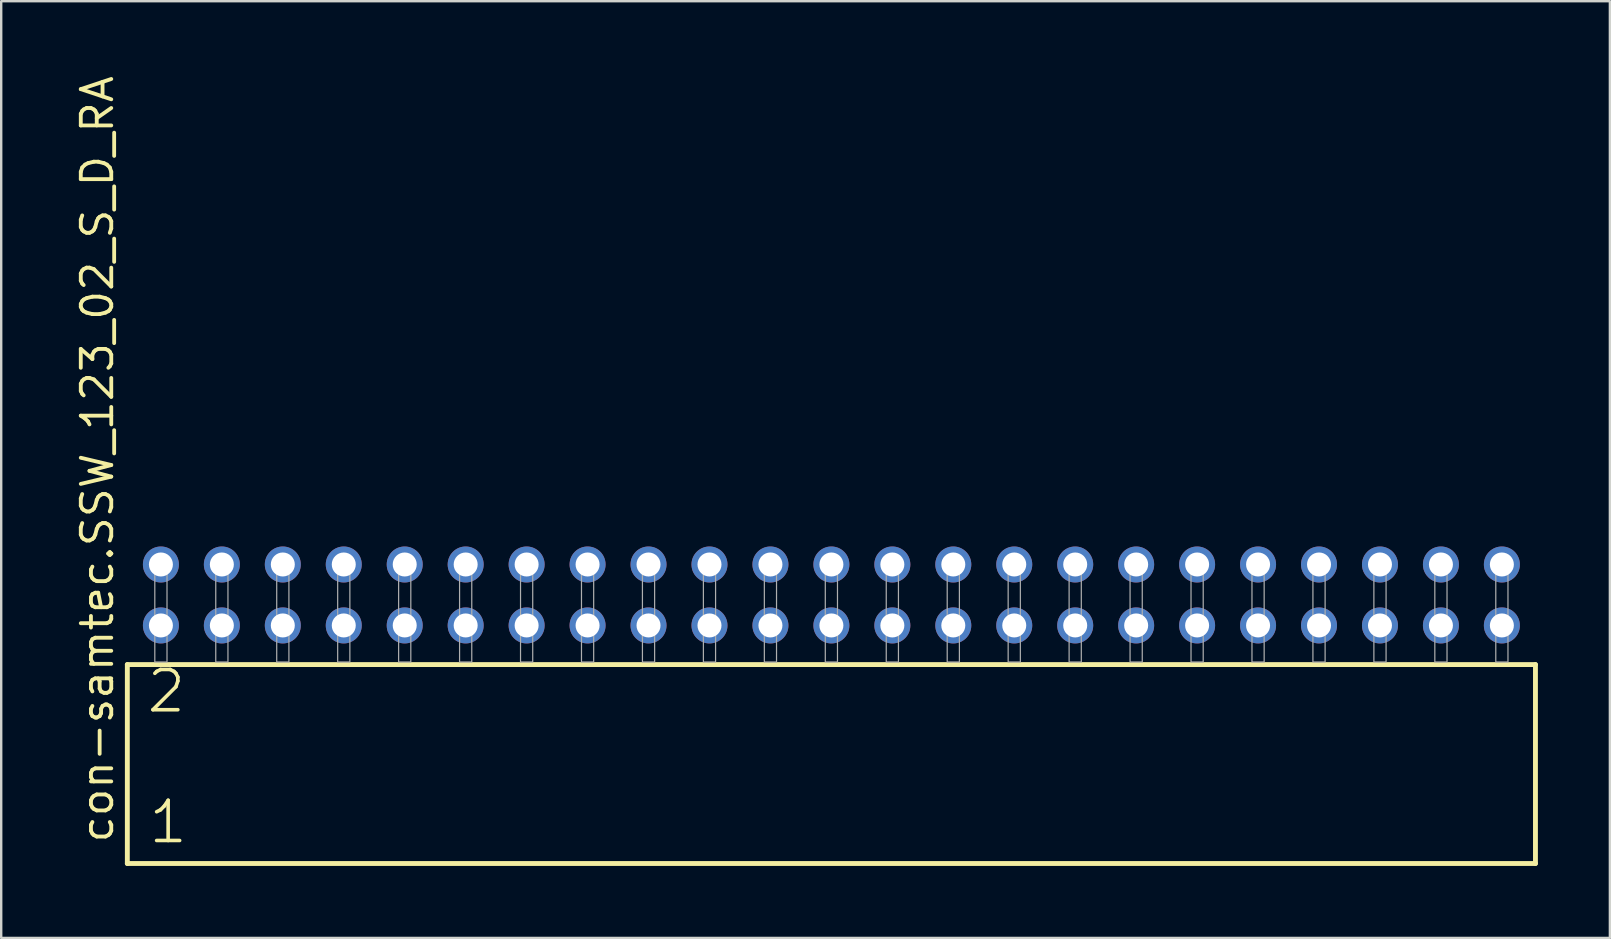
<source format=kicad_pcb>
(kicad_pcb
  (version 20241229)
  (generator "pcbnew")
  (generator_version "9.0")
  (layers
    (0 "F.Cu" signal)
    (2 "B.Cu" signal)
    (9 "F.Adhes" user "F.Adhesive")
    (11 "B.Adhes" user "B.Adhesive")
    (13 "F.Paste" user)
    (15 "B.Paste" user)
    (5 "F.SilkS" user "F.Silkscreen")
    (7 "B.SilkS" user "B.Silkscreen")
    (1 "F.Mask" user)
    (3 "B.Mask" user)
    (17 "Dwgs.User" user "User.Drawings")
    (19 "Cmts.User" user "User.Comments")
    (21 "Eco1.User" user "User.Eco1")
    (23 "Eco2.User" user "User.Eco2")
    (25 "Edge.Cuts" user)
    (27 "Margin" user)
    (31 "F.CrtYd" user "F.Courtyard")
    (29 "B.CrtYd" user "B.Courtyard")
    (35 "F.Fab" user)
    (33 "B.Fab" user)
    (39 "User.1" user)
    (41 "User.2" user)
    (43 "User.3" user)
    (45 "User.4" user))
  (footprint "con-samtec.SSW_123_02_S_D_RA"
    (layer "F.Cu")
    (at 31.595 24.537)
    (property "Reference" "con-samtec.SSW_123_02_S_D_RA" (at -29.845 7.62 90) (layer "F.SilkS") (effects (font (size 1.27 1.27) (thickness 0.16)) (justify left bottom)))
    (attr through_hole)
    (fp_line (start -29.339 0.106) (end -29.339 8.396) (stroke (width 0.203) (type default)) (layer "F.SilkS"))
    (fp_line (start -29.339 8.396) (end 29.339 8.396) (stroke (width 0.203) (type default)) (layer "F.SilkS"))
    (fp_line (start 29.339 0.106) (end -29.339 0.106) (stroke (width 0.203) (type default)) (layer "F.SilkS"))
    (fp_line (start 29.339 8.396) (end 29.339 0.106) (stroke (width 0.203) (type default)) (layer "F.SilkS"))
    (fp_rect (start -28.194 0) (end -27.686 -4.318) (stroke (width 0.05) (type default)) (fill no) (layer "F.Fab"))
    (fp_rect (start -25.654 0) (end -25.146 -4.318) (stroke (width 0.05) (type default)) (fill no) (layer "F.Fab"))
    (fp_rect (start -23.114 0) (end -22.606 -4.318) (stroke (width 0.05) (type default)) (fill no) (layer "F.Fab"))
    (fp_rect (start -20.574 0) (end -20.066 -4.318) (stroke (width 0.05) (type default)) (fill no) (layer "F.Fab"))
    (fp_rect (start -18.034 0) (end -17.526 -4.318) (stroke (width 0.05) (type default)) (fill no) (layer "F.Fab"))
    (fp_rect (start -15.494 0) (end -14.986 -4.318) (stroke (width 0.05) (type default)) (fill no) (layer "F.Fab"))
    (fp_rect (start -12.954 0) (end -12.446 -4.318) (stroke (width 0.05) (type default)) (fill no) (layer "F.Fab"))
    (fp_rect (start -10.414 0) (end -9.906 -4.318) (stroke (width 0.05) (type default)) (fill no) (layer "F.Fab"))
    (fp_rect (start -7.874 0) (end -7.366 -4.318) (stroke (width 0.05) (type default)) (fill no) (layer "F.Fab"))
    (fp_rect (start -5.334 0) (end -4.826 -4.318) (stroke (width 0.05) (type default)) (fill no) (layer "F.Fab"))
    (fp_rect (start -2.794 0) (end -2.286 -4.318) (stroke (width 0.05) (type default)) (fill no) (layer "F.Fab"))
    (fp_rect (start -0.254 0) (end 0.254 -4.318) (stroke (width 0.05) (type default)) (fill no) (layer "F.Fab"))
    (fp_rect (start 2.286 0) (end 2.794 -4.318) (stroke (width 0.05) (type default)) (fill no) (layer "F.Fab"))
    (fp_rect (start 4.826 0) (end 5.334 -4.318) (stroke (width 0.05) (type default)) (fill no) (layer "F.Fab"))
    (fp_rect (start 7.366 0) (end 7.874 -4.318) (stroke (width 0.05) (type default)) (fill no) (layer "F.Fab"))
    (fp_rect (start 9.906 0) (end 10.414 -4.318) (stroke (width 0.05) (type default)) (fill no) (layer "F.Fab"))
    (fp_rect (start 12.446 0) (end 12.954 -4.318) (stroke (width 0.05) (type default)) (fill no) (layer "F.Fab"))
    (fp_rect (start 14.986 0) (end 15.494 -4.318) (stroke (width 0.05) (type default)) (fill no) (layer "F.Fab"))
    (fp_rect (start 17.526 0) (end 18.034 -4.318) (stroke (width 0.05) (type default)) (fill no) (layer "F.Fab"))
    (fp_rect (start 20.066 0) (end 20.574 -4.318) (stroke (width 0.05) (type default)) (fill no) (layer "F.Fab"))
    (fp_rect (start 22.606 0) (end 23.114 -4.318) (stroke (width 0.05) (type default)) (fill no) (layer "F.Fab"))
    (fp_rect (start 25.146 0) (end 25.654 -4.318) (stroke (width 0.05) (type default)) (fill no) (layer "F.Fab"))
    (fp_rect (start 27.686 0) (end 28.194 -4.318) (stroke (width 0.05) (type default)) (fill no) (layer "F.Fab"))
    (fp_text user "2" (at -28.61 2.2 0) (layer "F.SilkS") (effects (font (size 1.676 1.676) (thickness 0.15)) (justify left bottom)))
    (fp_text user "1" (at -28.535 7.65 0) (layer "F.SilkS") (effects (font (size 1.676 1.676) (thickness 0.15)) (justify left bottom)))
    (pad "1" thru_hole circle (at -27.94 -1.524) (size 1.5 1.5) (drill 1) (layers "*.Cu" "*.Mask"))
    (pad "2" thru_hole circle (at -27.94 -4.064) (size 1.5 1.5) (drill 1) (layers "*.Cu" "*.Mask"))
    (pad "3" thru_hole circle (at -25.4 -1.524) (size 1.5 1.5) (drill 1) (layers "*.Cu" "*.Mask"))
    (pad "4" thru_hole circle (at -25.4 -4.064) (size 1.5 1.5) (drill 1) (layers "*.Cu" "*.Mask"))
    (pad "5" thru_hole circle (at -22.86 -1.524) (size 1.5 1.5) (drill 1) (layers "*.Cu" "*.Mask"))
    (pad "6" thru_hole circle (at -22.86 -4.064) (size 1.5 1.5) (drill 1) (layers "*.Cu" "*.Mask"))
    (pad "7" thru_hole circle (at -20.32 -1.524) (size 1.5 1.5) (drill 1) (layers "*.Cu" "*.Mask"))
    (pad "8" thru_hole circle (at -20.32 -4.064) (size 1.5 1.5) (drill 1) (layers "*.Cu" "*.Mask"))
    (pad "9" thru_hole circle (at -17.78 -1.524) (size 1.5 1.5) (drill 1) (layers "*.Cu" "*.Mask"))
    (pad "10" thru_hole circle (at -17.78 -4.064) (size 1.5 1.5) (drill 1) (layers "*.Cu" "*.Mask"))
    (pad "11" thru_hole circle (at -15.24 -1.524) (size 1.5 1.5) (drill 1) (layers "*.Cu" "*.Mask"))
    (pad "12" thru_hole circle (at -15.24 -4.064) (size 1.5 1.5) (drill 1) (layers "*.Cu" "*.Mask"))
    (pad "13" thru_hole circle (at -12.7 -1.524) (size 1.5 1.5) (drill 1) (layers "*.Cu" "*.Mask"))
    (pad "14" thru_hole circle (at -12.7 -4.064) (size 1.5 1.5) (drill 1) (layers "*.Cu" "*.Mask"))
    (pad "15" thru_hole circle (at -10.16 -1.524) (size 1.5 1.5) (drill 1) (layers "*.Cu" "*.Mask"))
    (pad "16" thru_hole circle (at -10.16 -4.064) (size 1.5 1.5) (drill 1) (layers "*.Cu" "*.Mask"))
    (pad "17" thru_hole circle (at -7.62 -1.524) (size 1.5 1.5) (drill 1) (layers "*.Cu" "*.Mask"))
    (pad "18" thru_hole circle (at -7.62 -4.064) (size 1.5 1.5) (drill 1) (layers "*.Cu" "*.Mask"))
    (pad "19" thru_hole circle (at -5.08 -1.524) (size 1.5 1.5) (drill 1) (layers "*.Cu" "*.Mask"))
    (pad "20" thru_hole circle (at -5.08 -4.064) (size 1.5 1.5) (drill 1) (layers "*.Cu" "*.Mask"))
    (pad "21" thru_hole circle (at -2.54 -1.524) (size 1.5 1.5) (drill 1) (layers "*.Cu" "*.Mask"))
    (pad "22" thru_hole circle (at -2.54 -4.064) (size 1.5 1.5) (drill 1) (layers "*.Cu" "*.Mask"))
    (pad "23" thru_hole circle (at 0 -1.524) (size 1.5 1.5) (drill 1) (layers "*.Cu" "*.Mask"))
    (pad "24" thru_hole circle (at 0 -4.064) (size 1.5 1.5) (drill 1) (layers "*.Cu" "*.Mask"))
    (pad "25" thru_hole circle (at 2.54 -1.524) (size 1.5 1.5) (drill 1) (layers "*.Cu" "*.Mask"))
    (pad "26" thru_hole circle (at 2.54 -4.064) (size 1.5 1.5) (drill 1) (layers "*.Cu" "*.Mask"))
    (pad "27" thru_hole circle (at 5.08 -1.524) (size 1.5 1.5) (drill 1) (layers "*.Cu" "*.Mask"))
    (pad "28" thru_hole circle (at 5.08 -4.064) (size 1.5 1.5) (drill 1) (layers "*.Cu" "*.Mask"))
    (pad "29" thru_hole circle (at 7.62 -1.524) (size 1.5 1.5) (drill 1) (layers "*.Cu" "*.Mask"))
    (pad "30" thru_hole circle (at 7.62 -4.064) (size 1.5 1.5) (drill 1) (layers "*.Cu" "*.Mask"))
    (pad "31" thru_hole circle (at 10.16 -1.524) (size 1.5 1.5) (drill 1) (layers "*.Cu" "*.Mask"))
    (pad "32" thru_hole circle (at 10.16 -4.064) (size 1.5 1.5) (drill 1) (layers "*.Cu" "*.Mask"))
    (pad "33" thru_hole circle (at 12.7 -1.524) (size 1.5 1.5) (drill 1) (layers "*.Cu" "*.Mask"))
    (pad "34" thru_hole circle (at 12.7 -4.064) (size 1.5 1.5) (drill 1) (layers "*.Cu" "*.Mask"))
    (pad "35" thru_hole circle (at 15.24 -1.524) (size 1.5 1.5) (drill 1) (layers "*.Cu" "*.Mask"))
    (pad "36" thru_hole circle (at 15.24 -4.064) (size 1.5 1.5) (drill 1) (layers "*.Cu" "*.Mask"))
    (pad "37" thru_hole circle (at 17.78 -1.524) (size 1.5 1.5) (drill 1) (layers "*.Cu" "*.Mask"))
    (pad "38" thru_hole circle (at 17.78 -4.064) (size 1.5 1.5) (drill 1) (layers "*.Cu" "*.Mask"))
    (pad "39" thru_hole circle (at 20.32 -1.524) (size 1.5 1.5) (drill 1) (layers "*.Cu" "*.Mask"))
    (pad "40" thru_hole circle (at 20.32 -4.064) (size 1.5 1.5) (drill 1) (layers "*.Cu" "*.Mask"))
    (pad "41" thru_hole circle (at 22.86 -1.524) (size 1.5 1.5) (drill 1) (layers "*.Cu" "*.Mask"))
    (pad "42" thru_hole circle (at 22.86 -4.064) (size 1.5 1.5) (drill 1) (layers "*.Cu" "*.Mask"))
    (pad "43" thru_hole circle (at 25.4 -1.524) (size 1.5 1.5) (drill 1) (layers "*.Cu" "*.Mask"))
    (pad "44" thru_hole circle (at 25.4 -4.064) (size 1.5 1.5) (drill 1) (layers "*.Cu" "*.Mask"))
    (pad "45" thru_hole circle (at 27.94 -1.524) (size 1.5 1.5) (drill 1) (layers "*.Cu" "*.Mask"))
    (pad "46" thru_hole circle (at 27.94 -4.064) (size 1.5 1.5) (drill 1) (layers "*.Cu" "*.Mask")))
  (gr_rect
    (start -3 -3)
    (end 64.036 36.035)
    (stroke (width 0.1) (type default))
    (fill no)
    (layer "Edge.Cuts")))
</source>
